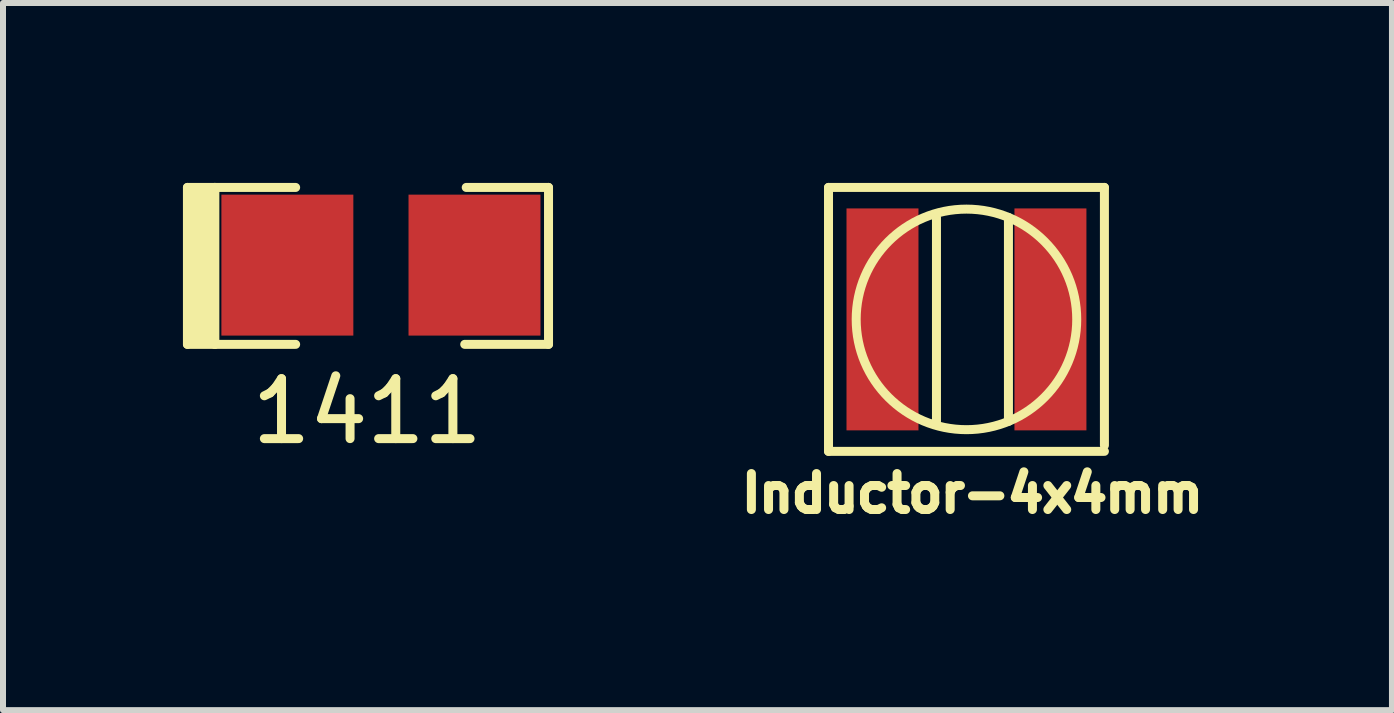
<source format=kicad_pcb>
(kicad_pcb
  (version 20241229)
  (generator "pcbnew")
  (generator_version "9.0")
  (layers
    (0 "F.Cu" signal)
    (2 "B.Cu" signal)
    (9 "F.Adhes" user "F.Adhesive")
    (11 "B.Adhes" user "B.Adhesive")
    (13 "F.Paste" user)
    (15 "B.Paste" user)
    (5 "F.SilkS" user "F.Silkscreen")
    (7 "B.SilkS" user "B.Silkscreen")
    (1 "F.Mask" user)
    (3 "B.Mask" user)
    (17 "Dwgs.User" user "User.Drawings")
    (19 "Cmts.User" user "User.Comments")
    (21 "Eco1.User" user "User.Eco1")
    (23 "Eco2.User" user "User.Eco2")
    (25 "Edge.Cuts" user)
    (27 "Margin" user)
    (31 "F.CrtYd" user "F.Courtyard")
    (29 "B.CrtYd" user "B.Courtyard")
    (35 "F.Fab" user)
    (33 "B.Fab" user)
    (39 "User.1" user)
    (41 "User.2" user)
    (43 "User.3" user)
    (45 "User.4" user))
  (footprint "1411"
    (layer "F.Cu")
    (at 3.301 1.37)
    (property "Reference" "1411" (at -0.229 2.438 0) (layer "F.SilkS") (effects (font (size 1 1) (thickness 0.15))))
    (attr through_hole)
    (fp_line (start -3.226 -1.295) (end -3.226 1.321) (stroke (width 0.15) (type solid)) (layer "F.SilkS"))
    (fp_line (start -3.226 1.321) (end -2.769 1.321) (stroke (width 0.15) (type solid)) (layer "F.SilkS"))
    (fp_line (start -3.124 1.295) (end -3.124 -1.219) (stroke (width 0.15) (type solid)) (layer "F.SilkS"))
    (fp_line (start -3.023 1.27) (end -3.023 -1.245) (stroke (width 0.15) (type solid)) (layer "F.SilkS"))
    (fp_line (start -2.896 -1.27) (end -2.896 1.27) (stroke (width 0.15) (type solid)) (layer "F.SilkS"))
    (fp_line (start -2.769 -1.295) (end -3.226 -1.295) (stroke (width 0.15) (type solid)) (layer "F.SilkS"))
    (fp_line (start -2.769 -1.295) (end -1.422 -1.295) (stroke (width 0.15) (type solid)) (layer "F.SilkS"))
    (fp_line (start -2.769 -1.245) (end -2.769 -1.295) (stroke (width 0.15) (type solid)) (layer "F.SilkS"))
    (fp_line (start -2.769 -1.245) (end -2.769 1.321) (stroke (width 0.15) (type solid)) (layer "F.SilkS"))
    (fp_line (start -2.769 1.321) (end -1.422 1.321) (stroke (width 0.15) (type solid)) (layer "F.SilkS"))
    (fp_line (start 1.397 1.321) (end 2.794 1.321) (stroke (width 0.15) (type solid)) (layer "F.SilkS"))
    (fp_line (start 2.794 -1.295) (end 1.422 -1.295) (stroke (width 0.15) (type solid)) (layer "F.SilkS"))
    (fp_line (start 2.794 1.321) (end 2.794 -1.295) (stroke (width 0.15) (type solid)) (layer "F.SilkS"))
    (pad "1" smd rect (at -1.56 0) (size 2.2 2.35) (layers "F.Cu" "F.Mask" "F.Paste"))
    (pad "2" smd rect (at 1.56 0) (size 2.2 2.35) (layers "F.Cu" "F.Mask" "F.Paste")))
  (footprint "Inductor-4x4mm"
    (layer "F.Cu")
    (at 13.063 2.275)
    (property "Reference" "Inductor-4x4mm" (at 0.1 2.9 0) (layer "F.SilkS") (effects (font (size 0.6 0.6) (thickness 0.15))))
    (attr through_hole)
    (fp_line (start -2.3 -2.2) (end 2.3 -2.2) (stroke (width 0.15) (type solid)) (layer "F.SilkS"))
    (fp_line (start -2.3 2.2) (end -2.3 -2.2) (stroke (width 0.15) (type solid)) (layer "F.SilkS"))
    (fp_line (start -0.5 -1.7) (end -0.5 1.7) (stroke (width 0.15) (type solid)) (layer "F.SilkS"))
    (fp_line (start 0.7 1.7) (end 0.7 -1.7) (stroke (width 0.15) (type solid)) (layer "F.SilkS"))
    (fp_line (start 2.3 2.1) (end 2.3 -2.2) (stroke (width 0.15) (type solid)) (layer "F.SilkS"))
    (fp_line (start 2.3 2.2) (end -2.3 2.2) (stroke (width 0.15) (type solid)) (layer "F.SilkS"))
    (fp_circle (center 0 0) (end 1.3 -1.3) (stroke (width 0.15) (type solid)) (fill no) (layer "F.SilkS"))
    (pad "1" smd rect (at 1.4 0) (size 1.2 3.7) (layers "F.Cu" "F.Mask" "F.Paste"))
    (pad "2" smd rect (at -1.4 0) (size 1.2 3.7) (layers "F.Cu" "F.Mask" "F.Paste")))
  (gr_rect
    (start -3 -3)
    (end 20.157 8.789)
    (stroke (width 0.1) (type default))
    (fill no)
    (layer "Edge.Cuts")))
</source>
